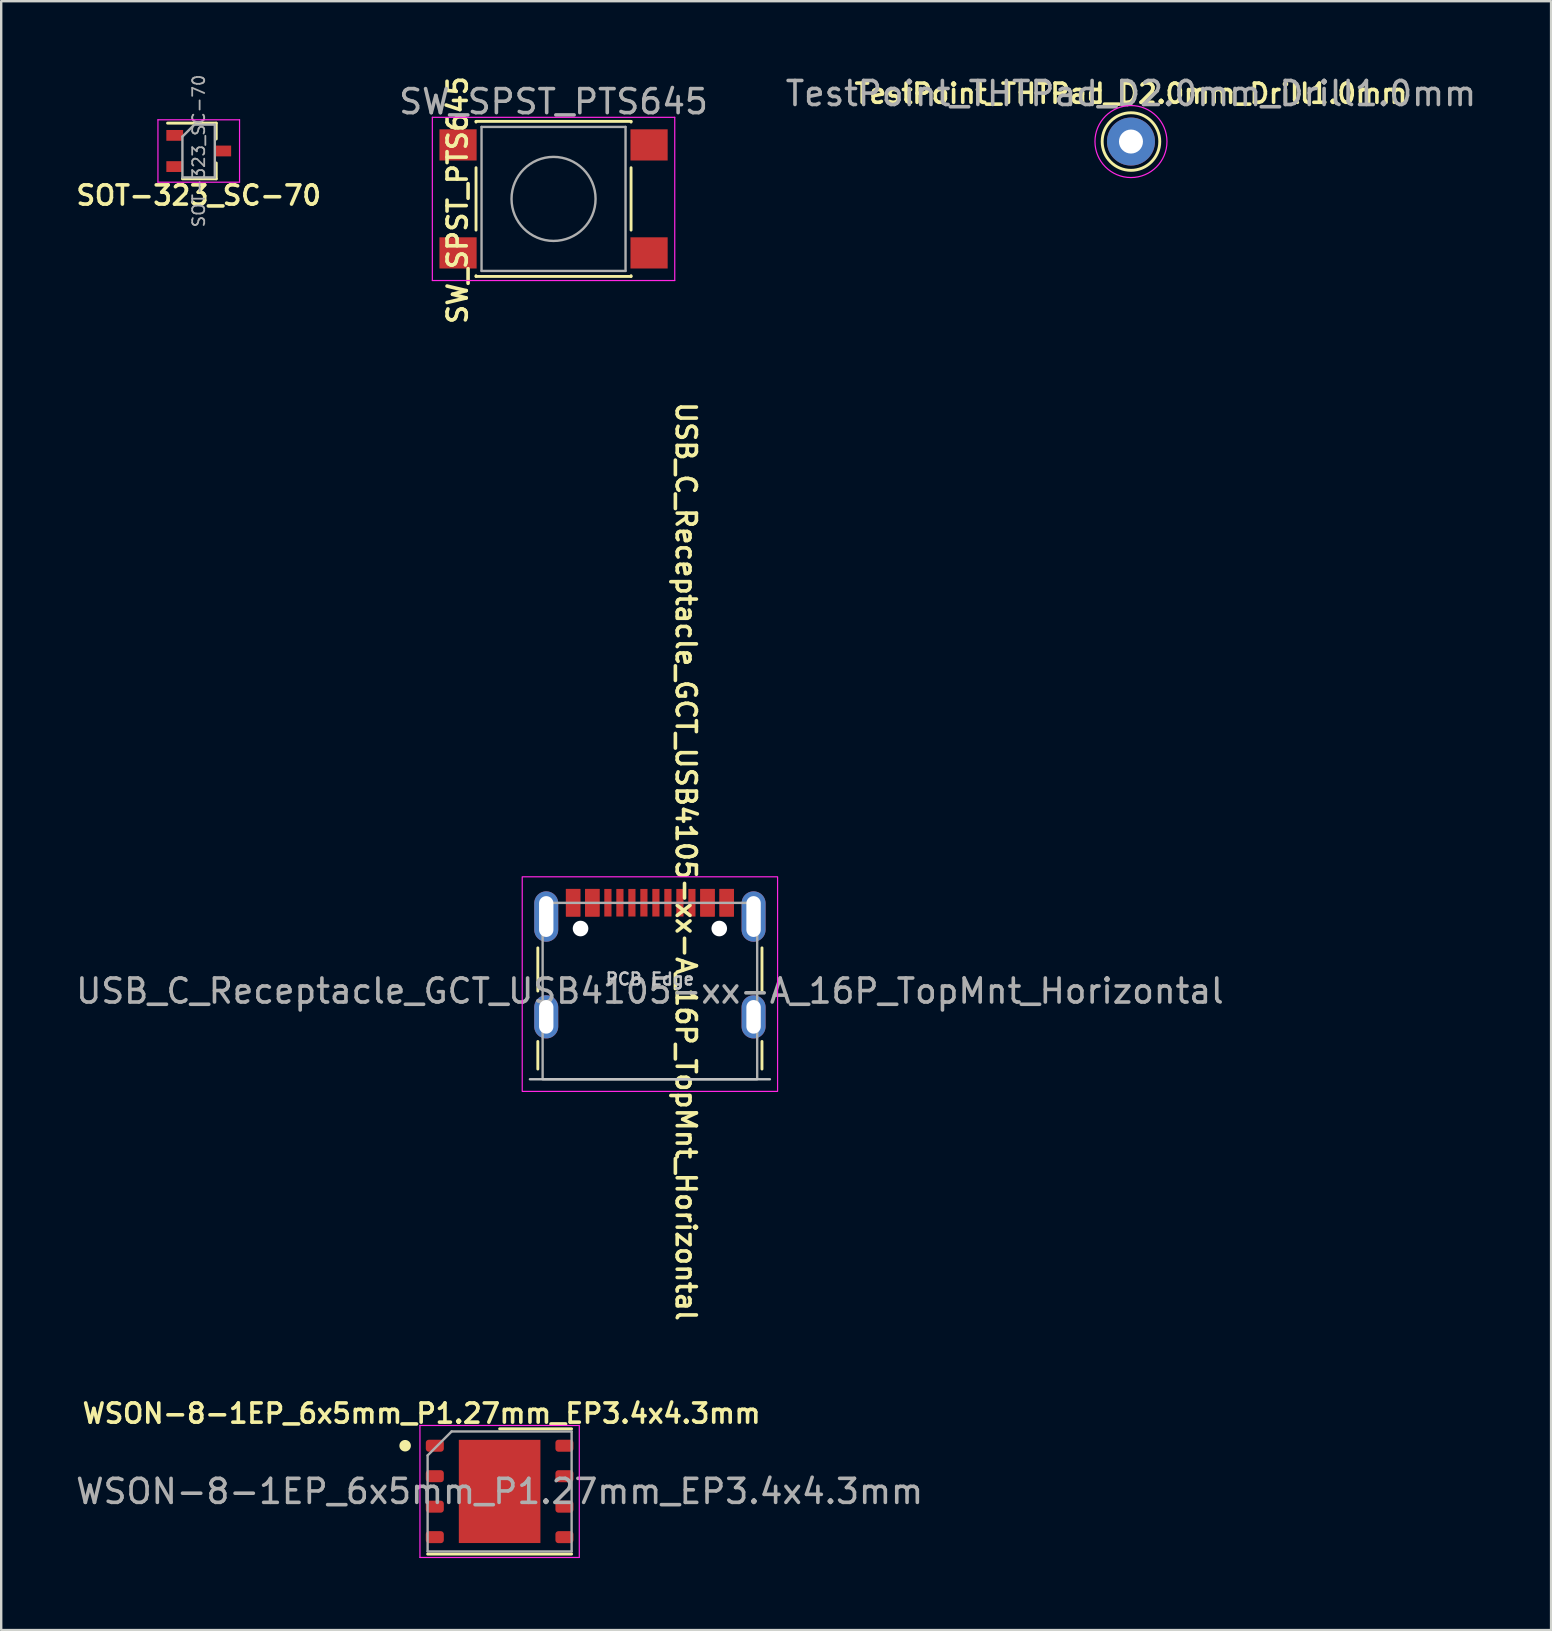
<source format=kicad_pcb>
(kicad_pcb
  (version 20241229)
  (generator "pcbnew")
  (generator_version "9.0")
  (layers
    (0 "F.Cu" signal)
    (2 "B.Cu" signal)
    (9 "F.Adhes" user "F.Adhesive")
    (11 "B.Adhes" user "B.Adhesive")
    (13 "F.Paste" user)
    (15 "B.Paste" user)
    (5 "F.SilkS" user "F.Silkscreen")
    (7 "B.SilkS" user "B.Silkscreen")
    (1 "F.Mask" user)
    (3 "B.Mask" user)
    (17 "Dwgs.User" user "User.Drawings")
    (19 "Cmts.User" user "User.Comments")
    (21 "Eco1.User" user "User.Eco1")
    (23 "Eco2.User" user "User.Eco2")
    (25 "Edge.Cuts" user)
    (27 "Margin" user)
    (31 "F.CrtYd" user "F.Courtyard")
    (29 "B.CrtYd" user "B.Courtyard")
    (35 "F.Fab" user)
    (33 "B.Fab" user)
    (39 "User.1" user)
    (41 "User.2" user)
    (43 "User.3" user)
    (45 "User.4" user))
  (footprint "SOT-323_SC-70"
    (layer "F.Cu")
    (at 5.231 3.241)
    (property "Reference" "SOT-323_SC-70" (at 0 1.85 0) (layer "F.SilkS") (effects (font (size 0.8 0.8) (thickness 0.15))))
    (attr smd)
    (fp_line (start -0.68 1.16) (end 0.73 1.16) (stroke (width 0.12) (type solid)) (layer "F.SilkS"))
    (fp_line (start 0.73 -1.16) (end -1.3 -1.16) (stroke (width 0.12) (type solid)) (layer "F.SilkS"))
    (fp_line (start 0.73 -1.16) (end 0.73 -0.5) (stroke (width 0.12) (type solid)) (layer "F.SilkS"))
    (fp_line (start 0.73 0.5) (end 0.73 1.16) (stroke (width 0.12) (type solid)) (layer "F.SilkS"))
    (fp_line (start -1.7 -1.3) (end 1.7 -1.3) (stroke (width 0.05) (type solid)) (layer "F.CrtYd"))
    (fp_line (start -1.7 1.3) (end -1.7 -1.3) (stroke (width 0.05) (type solid)) (layer "F.CrtYd"))
    (fp_line (start 1.7 -1.3) (end 1.7 1.3) (stroke (width 0.05) (type solid)) (layer "F.CrtYd"))
    (fp_line (start 1.7 1.3) (end -1.7 1.3) (stroke (width 0.05) (type solid)) (layer "F.CrtYd"))
    (fp_line (start -0.68 -0.6) (end -0.68 1.1) (stroke (width 0.1) (type solid)) (layer "F.Fab"))
    (fp_line (start -0.18 -1.1) (end -0.68 -0.6) (stroke (width 0.1) (type solid)) (layer "F.Fab"))
    (fp_line (start 0.67 -1.1) (end -0.18 -1.1) (stroke (width 0.1) (type solid)) (layer "F.Fab"))
    (fp_line (start 0.67 -1.1) (end 0.67 1.1) (stroke (width 0.1) (type solid)) (layer "F.Fab"))
    (fp_line (start 0.67 1.1) (end -0.68 1.1) (stroke (width 0.1) (type solid)) (layer "F.Fab"))
    (fp_text user "${REFERENCE}" (at 0 0 90) (layer "F.Fab") (effects (font (size 0.5 0.5) (thickness 0.075))))
    (pad "1" smd rect (at -1 -0.65 270) (size 0.45 0.7) (layers "F.Cu" "F.Mask" "F.Paste"))
    (pad "2" smd rect (at -1 0.65 270) (size 0.45 0.7) (layers "F.Cu" "F.Mask" "F.Paste"))
    (pad "3" smd rect (at 1 0 270) (size 0.45 0.7) (layers "F.Cu" "F.Mask" "F.Paste")))
  (footprint "TestPoint_THTPad_D2.0mm_Drill1.0mm"
    (layer "F.Cu")
    (at 44.075 2.848)
    (property "Reference" "TestPoint_THTPad_D2.0mm_Drill1.0mm" (at 0 -1.998 0) (layer "F.SilkS") (effects (font (size 0.8 0.8) (thickness 0.15))))
    (attr exclude_from_pos_files exclude_from_bom)
    (fp_circle (center 0 0) (end 0 1.2) (stroke (width 0.12) (type solid)) (fill no) (layer "F.SilkS"))
    (fp_circle (center 0 0) (end 1.5 0) (stroke (width 0.05) (type solid)) (fill no) (layer "F.CrtYd"))
    (fp_text user "${REFERENCE}" (at 0 -2 0) (layer "F.Fab") (effects (font (size 1 1) (thickness 0.15))))
    (pad "1" thru_hole circle (at 0 0) (size 2 2) (drill 1) (layers "*.Cu" "*.Mask")))
  (footprint "USB_C_Receptacle_GCT_USB4105-xx-A_16P_TopMnt_Horizontal"
    (layer "F.Cu")
    (at 24.03 38.245)
    (property "Reference" "USB_C_Receptacle_GCT_USB4105-xx-A_16P_TopMnt_Horizontal" (at 1.5 -5.4 270) (unlocked yes) (layer "F.SilkS") (effects (font (size 0.8 0.8) (thickness 0.15))))
    (attr smd)
    (fp_line (start -4.67 0) (end -4.67 -1.8) (stroke (width 0.12) (type solid)) (layer "F.SilkS"))
    (fp_line (start -4.67 2.1) (end -4.67 3.25) (stroke (width 0.12) (type solid)) (layer "F.SilkS"))
    (fp_line (start 4.67 0) (end 4.67 -1.8) (stroke (width 0.12) (type solid)) (layer "F.SilkS"))
    (fp_line (start 4.67 2.1) (end 4.67 3.25) (stroke (width 0.12) (type solid)) (layer "F.SilkS"))
    (fp_line (start 5 3.675) (end -5 3.675) (stroke (width 0.1) (type solid)) (layer "Dwgs.User"))
    (fp_rect (start -5.32 -4.76) (end 5.32 4.18) (stroke (width 0.05) (type solid)) (fill no) (layer "F.CrtYd"))
    (fp_rect (start -4.47 -3.675) (end 4.47 3.675) (stroke (width 0.1) (type solid)) (fill no) (layer "F.Fab"))
    (fp_text user "PCB Edge" (at 0 -0.5 0) (unlocked yes) (layer "Dwgs.User") (effects (font (size 0.5 0.5) (thickness 0.1))))
    (fp_text user "${REFERENCE}" (at 0 0 0) (unlocked yes) (layer "F.Fab") (effects (font (size 1 1) (thickness 0.15))))
    (pad "" np_thru_hole circle (at -2.89 -2.605) (size 0.65 0.65) (drill 0.65) (layers "*.Cu" "*.Mask"))
    (pad "" np_thru_hole circle (at 2.89 -2.605) (size 0.65 0.65) (drill 0.65) (layers "*.Cu" "*.Mask"))
    (pad "A1" smd rect (at -3.2 -3.68) (size 0.6 1.15) (layers "F.Cu" "F.Mask" "F.Paste"))
    (pad "A4" smd rect (at -2.4 -3.68) (size 0.6 1.15) (layers "F.Cu" "F.Mask" "F.Paste"))
    (pad "A5" smd rect (at -1.25 -3.68) (size 0.3 1.15) (layers "F.Cu" "F.Mask" "F.Paste"))
    (pad "A6" smd rect (at -0.25 -3.68) (size 0.3 1.15) (layers "F.Cu" "F.Mask" "F.Paste"))
    (pad "A7" smd rect (at 0.25 -3.68) (size 0.3 1.15) (layers "F.Cu" "F.Mask" "F.Paste"))
    (pad "A8" smd rect (at 1.25 -3.68) (size 0.3 1.15) (layers "F.Cu" "F.Mask" "F.Paste"))
    (pad "A9" smd rect (at 2.4 -3.68) (size 0.6 1.15) (layers "F.Cu" "F.Mask" "F.Paste"))
    (pad "A12" smd rect (at 3.2 -3.68) (size 0.6 1.15) (layers "F.Cu" "F.Mask" "F.Paste"))
    (pad "B1" smd rect (at 3.2 -3.68) (size 0.6 1.15) (layers "F.Cu" "F.Mask" "F.Paste"))
    (pad "B4" smd rect (at 2.4 -3.68) (size 0.6 1.15) (layers "F.Cu" "F.Mask" "F.Paste"))
    (pad "B5" smd rect (at 1.75 -3.68) (size 0.3 1.15) (layers "F.Cu" "F.Mask" "F.Paste"))
    (pad "B6" smd rect (at 0.75 -3.68) (size 0.3 1.15) (layers "F.Cu" "F.Mask" "F.Paste"))
    (pad "B7" smd rect (at -0.75 -3.68) (size 0.3 1.15) (layers "F.Cu" "F.Mask" "F.Paste"))
    (pad "B8" smd rect (at -1.75 -3.68) (size 0.3 1.15) (layers "F.Cu" "F.Mask" "F.Paste"))
    (pad "B9" smd rect (at -2.4 -3.68) (size 0.6 1.15) (layers "F.Cu" "F.Mask" "F.Paste"))
    (pad "B12" smd rect (at -3.2 -3.68) (size 0.6 1.15) (layers "F.Cu" "F.Mask" "F.Paste"))
    (pad "S1" thru_hole oval (at -4.32 -3.105) (size 1 2.1) (drill oval 0.6 1.7) (layers "*.Cu" "*.Mask"))
    (pad "S1" thru_hole oval (at -4.32 1.075) (size 1 1.8) (drill oval 0.6 1.4) (layers "*.Cu" "*.Mask"))
    (pad "S1" thru_hole oval (at 4.32 -3.105) (size 1 2.1) (drill oval 0.6 1.7) (layers "*.Cu" "*.Mask"))
    (pad "S1" thru_hole oval (at 4.32 1.075) (size 1 1.8) (drill oval 0.6 1.4) (layers "*.Cu" "*.Mask")))
  (footprint "WSON-8-1EP_6x5mm_P1.27mm_EP3.4x4.3mm"
    (layer "F.Cu")
    (at 17.768 59.095)
    (property "Reference" "WSON-8-1EP_6x5mm_P1.27mm_EP3.4x4.3mm" (at -3.25 -3.25 0) (layer "F.SilkS") (effects (font (size 0.8 0.8) (thickness 0.15))))
    (attr smd)
    (fp_line (start -3 2.61) (end 3 2.61) (stroke (width 0.12) (type solid)) (layer "F.SilkS"))
    (fp_line (start 0 -2.61) (end 3 -2.61) (stroke (width 0.12) (type solid)) (layer "F.SilkS"))
    (fp_circle (center -3.937 -1.905) (end -3.757 -1.905) (stroke (width 0.12) (type solid)) (fill yes) (layer "F.SilkS"))
    (fp_line (start -3.32 -2.75) (end -3.32 2.75) (stroke (width 0.05) (type solid)) (layer "F.CrtYd"))
    (fp_line (start -3.32 2.75) (end 3.32 2.75) (stroke (width 0.05) (type solid)) (layer "F.CrtYd"))
    (fp_line (start 3.32 -2.75) (end -3.32 -2.75) (stroke (width 0.05) (type solid)) (layer "F.CrtYd"))
    (fp_line (start 3.32 2.75) (end 3.32 -2.75) (stroke (width 0.05) (type solid)) (layer "F.CrtYd"))
    (fp_line (start -3 -1.5) (end -2 -2.5) (stroke (width 0.1) (type solid)) (layer "F.Fab"))
    (fp_line (start -3 2.5) (end -3 -1.5) (stroke (width 0.1) (type solid)) (layer "F.Fab"))
    (fp_line (start -2 -2.5) (end 3 -2.5) (stroke (width 0.1) (type solid)) (layer "F.Fab"))
    (fp_line (start 3 -2.5) (end 3 2.5) (stroke (width 0.1) (type solid)) (layer "F.Fab"))
    (fp_line (start 3 2.5) (end -3 2.5) (stroke (width 0.1) (type solid)) (layer "F.Fab"))
    (fp_text user "${REFERENCE}" (at 0 0 0) (layer "F.Fab") (effects (font (size 1 1) (thickness 0.15))))
    (pad "" smd roundrect (at -0.85 -1.075) (size 1.37 1.73) (layers "F.Paste") (roundrect_rratio 0.182))
    (pad "" smd roundrect (at -0.85 1.075) (size 1.37 1.73) (layers "F.Paste") (roundrect_rratio 0.182))
    (pad "" smd roundrect (at 0.85 -1.075) (size 1.37 1.73) (layers "F.Paste") (roundrect_rratio 0.182))
    (pad "" smd roundrect (at 0.85 1.075) (size 1.37 1.73) (layers "F.Paste") (roundrect_rratio 0.182))
    (pad "1" smd roundrect (at -2.7 -1.905) (size 0.75 0.5) (layers "F.Cu" "F.Mask" "F.Paste") (roundrect_rratio 0.25))
    (pad "2" smd roundrect (at -2.7 -0.635) (size 0.75 0.5) (layers "F.Cu" "F.Mask" "F.Paste") (roundrect_rratio 0.25))
    (pad "3" smd roundrect (at -2.7 0.635) (size 0.75 0.5) (layers "F.Cu" "F.Mask" "F.Paste") (roundrect_rratio 0.25))
    (pad "4" smd roundrect (at -2.7 1.905) (size 0.75 0.5) (layers "F.Cu" "F.Mask" "F.Paste") (roundrect_rratio 0.25))
    (pad "5" smd roundrect (at 2.7 1.905) (size 0.75 0.5) (layers "F.Cu" "F.Mask" "F.Paste") (roundrect_rratio 0.25))
    (pad "6" smd roundrect (at 2.7 0.635) (size 0.75 0.5) (layers "F.Cu" "F.Mask" "F.Paste") (roundrect_rratio 0.25))
    (pad "7" smd roundrect (at 2.7 -0.635) (size 0.75 0.5) (layers "F.Cu" "F.Mask" "F.Paste") (roundrect_rratio 0.25))
    (pad "8" smd roundrect (at 2.7 -1.905) (size 0.75 0.5) (layers "F.Cu" "F.Mask" "F.Paste") (roundrect_rratio 0.25))
    (pad "9" smd rect (at 0 0) (size 3.4 4.3) (layers "F.Cu" "F.Mask")))
  (footprint "SW_SPST_PTS645"
    (layer "F.Cu")
    (at 20.015 5.238)
    (property "Reference" "SW_SPST_PTS645" (at -4 0.05 270) (layer "F.SilkS") (effects (font (size 0.8 0.8) (thickness 0.15))))
    (attr smd)
    (fp_line (start -3.23 -3.23) (end 3.23 -3.23) (stroke (width 0.12) (type solid)) (layer "F.SilkS"))
    (fp_line (start -3.23 -3.2) (end -3.23 -3.23) (stroke (width 0.12) (type solid)) (layer "F.SilkS"))
    (fp_line (start -3.23 -1.3) (end -3.23 1.3) (stroke (width 0.12) (type solid)) (layer "F.SilkS"))
    (fp_line (start -3.23 3.23) (end -3.23 3.2) (stroke (width 0.12) (type solid)) (layer "F.SilkS"))
    (fp_line (start -3.23 3.23) (end 3.23 3.23) (stroke (width 0.12) (type solid)) (layer "F.SilkS"))
    (fp_line (start 3.23 -3.23) (end 3.23 -3.2) (stroke (width 0.12) (type solid)) (layer "F.SilkS"))
    (fp_line (start 3.23 -1.3) (end 3.23 1.3) (stroke (width 0.12) (type solid)) (layer "F.SilkS"))
    (fp_line (start 3.23 3.23) (end 3.23 3.2) (stroke (width 0.12) (type solid)) (layer "F.SilkS"))
    (fp_line (start -5.05 -3.4) (end -5.05 3.4) (stroke (width 0.05) (type solid)) (layer "F.CrtYd"))
    (fp_line (start -5.05 -3.4) (end 5.05 -3.4) (stroke (width 0.05) (type solid)) (layer "F.CrtYd"))
    (fp_line (start -5.05 3.4) (end 5.05 3.4) (stroke (width 0.05) (type solid)) (layer "F.CrtYd"))
    (fp_line (start 5.05 3.4) (end 5.05 -3.4) (stroke (width 0.05) (type solid)) (layer "F.CrtYd"))
    (fp_line (start -3 -3) (end -3 3) (stroke (width 0.1) (type solid)) (layer "F.Fab"))
    (fp_line (start -3 3) (end 3 3) (stroke (width 0.1) (type solid)) (layer "F.Fab"))
    (fp_line (start 3 -3) (end -3 -3) (stroke (width 0.1) (type solid)) (layer "F.Fab"))
    (fp_line (start 3 3) (end 3 -3) (stroke (width 0.1) (type solid)) (layer "F.Fab"))
    (fp_circle (center 0 0) (end 1.75 -0.05) (stroke (width 0.1) (type solid)) (fill no) (layer "F.Fab"))
    (fp_text user "${REFERENCE}" (at 0 -4.05 180) (layer "F.Fab") (effects (font (size 1 1) (thickness 0.15))))
    (pad "1" smd rect (at -3.98 -2.25) (size 1.55 1.3) (layers "F.Cu" "F.Mask" "F.Paste"))
    (pad "1" smd rect (at 3.98 -2.25) (size 1.55 1.3) (layers "F.Cu" "F.Mask" "F.Paste"))
    (pad "2" smd rect (at -3.98 2.25) (size 1.55 1.3) (layers "F.Cu" "F.Mask" "F.Paste"))
    (pad "2" smd rect (at 3.98 2.25) (size 1.55 1.3) (layers "F.Cu" "F.Mask" "F.Paste")))
  (gr_rect
    (start -3 -3)
    (end 61.58 64.87)
    (stroke (width 0.1) (type default))
    (fill no)
    (layer "Edge.Cuts")))
</source>
